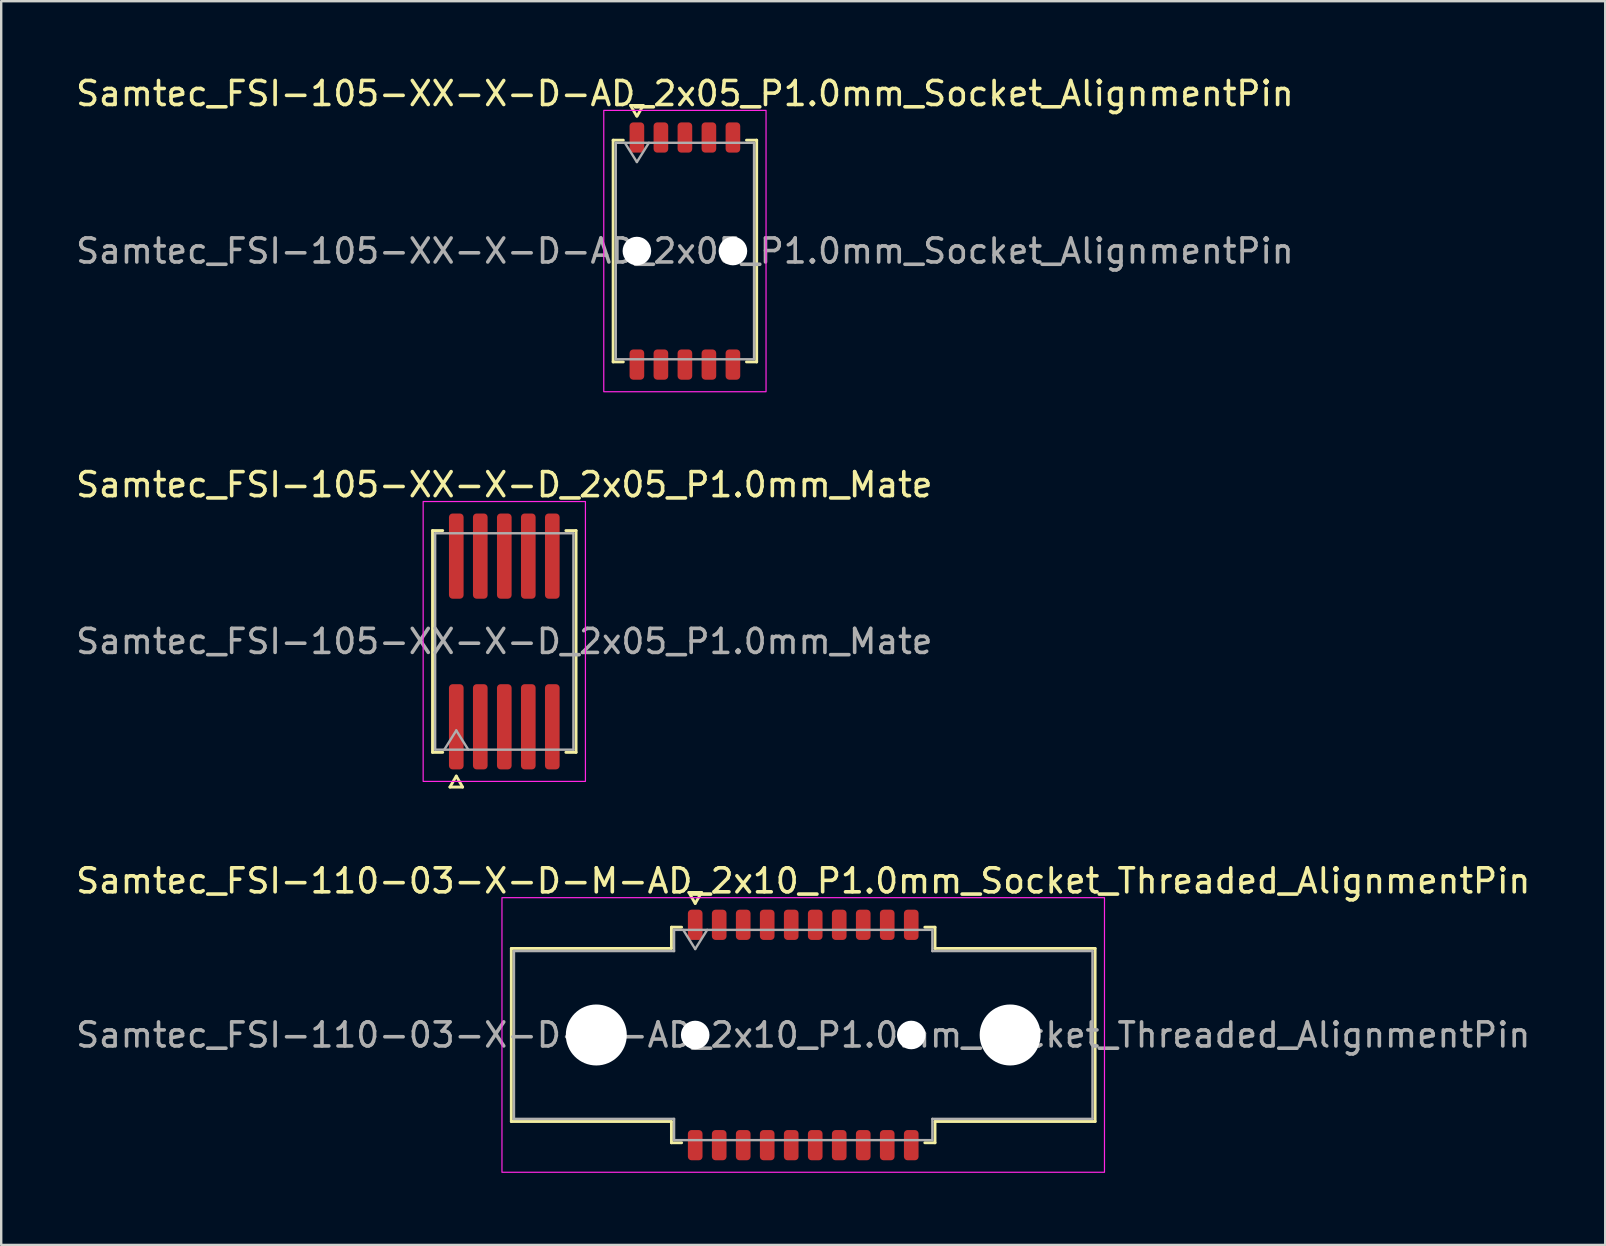
<source format=kicad_pcb>
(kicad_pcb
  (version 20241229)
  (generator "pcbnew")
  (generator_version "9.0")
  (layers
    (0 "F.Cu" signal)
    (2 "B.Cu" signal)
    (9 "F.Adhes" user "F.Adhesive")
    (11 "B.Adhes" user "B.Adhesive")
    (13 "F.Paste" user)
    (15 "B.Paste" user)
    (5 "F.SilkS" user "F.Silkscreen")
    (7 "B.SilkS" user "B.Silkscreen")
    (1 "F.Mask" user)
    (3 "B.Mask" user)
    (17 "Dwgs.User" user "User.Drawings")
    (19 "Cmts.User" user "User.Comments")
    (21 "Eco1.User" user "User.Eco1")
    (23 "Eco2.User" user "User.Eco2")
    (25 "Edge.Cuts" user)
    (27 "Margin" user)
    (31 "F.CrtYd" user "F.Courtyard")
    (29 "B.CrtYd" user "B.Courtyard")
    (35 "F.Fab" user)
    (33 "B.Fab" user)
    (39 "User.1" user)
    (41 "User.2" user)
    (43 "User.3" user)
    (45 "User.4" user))
  (footprint "Samtec_FSI-110-03-X-D-M-AD_2x10_P1.0mm_Socket_Threaded_AlignmentPin"
    (layer "F.Cu")
    (at 30.411 40.066)
    (property "Reference" "Samtec_FSI-110-03-X-D-M-AD_2x10_P1.0mm_Socket_Threaded_AlignmentPin" (at 0 -6.42 0) (layer "F.SilkS") (effects (font (size 1 1) (thickness 0.15))))
    (attr smd)
    (fp_line (start -12.16 -3.605) (end -5.49 -3.605) (stroke (width 0.12) (type solid)) (layer "F.SilkS"))
    (fp_line (start -12.16 3.605) (end -12.16 -3.605) (stroke (width 0.12) (type solid)) (layer "F.SilkS"))
    (fp_line (start -5.49 -4.49) (end -5.065 -4.49) (stroke (width 0.12) (type solid)) (layer "F.SilkS"))
    (fp_line (start -5.49 -3.605) (end -5.49 -4.49) (stroke (width 0.12) (type solid)) (layer "F.SilkS"))
    (fp_line (start -5.49 3.605) (end -12.16 3.605) (stroke (width 0.12) (type solid)) (layer "F.SilkS"))
    (fp_line (start -5.49 4.49) (end -5.49 3.605) (stroke (width 0.12) (type solid)) (layer "F.SilkS"))
    (fp_line (start -5.065 4.49) (end -5.49 4.49) (stroke (width 0.12) (type solid)) (layer "F.SilkS"))
    (fp_line (start -4.764 -5.938) (end -4.5 -5.48) (stroke (width 0.12) (type solid)) (layer "F.SilkS"))
    (fp_line (start -4.5 -5.48) (end -4.236 -5.938) (stroke (width 0.12) (type solid)) (layer "F.SilkS"))
    (fp_line (start -4.236 -5.938) (end -4.764 -5.938) (stroke (width 0.12) (type solid)) (layer "F.SilkS"))
    (fp_line (start 5.065 -4.49) (end 5.49 -4.49) (stroke (width 0.12) (type solid)) (layer "F.SilkS"))
    (fp_line (start 5.49 -4.49) (end 5.49 -3.605) (stroke (width 0.12) (type solid)) (layer "F.SilkS"))
    (fp_line (start 5.49 -3.605) (end 12.16 -3.605) (stroke (width 0.12) (type solid)) (layer "F.SilkS"))
    (fp_line (start 5.49 3.605) (end 5.49 4.49) (stroke (width 0.12) (type solid)) (layer "F.SilkS"))
    (fp_line (start 5.49 4.49) (end 5.065 4.49) (stroke (width 0.12) (type solid)) (layer "F.SilkS"))
    (fp_line (start 12.16 -3.605) (end 12.16 3.605) (stroke (width 0.12) (type solid)) (layer "F.SilkS"))
    (fp_line (start 12.16 3.605) (end 5.49 3.605) (stroke (width 0.12) (type solid)) (layer "F.SilkS"))
    (fp_rect (start -12.55 -5.72) (end 12.55 5.72) (stroke (width 0.05) (type solid)) (fill no) (layer "F.CrtYd"))
    (fp_line (start -12.05 -3.495) (end -5.38 -3.495) (stroke (width 0.1) (type solid)) (layer "F.Fab"))
    (fp_line (start -12.05 3.495) (end -12.05 -3.495) (stroke (width 0.1) (type solid)) (layer "F.Fab"))
    (fp_line (start -5.38 -4.38) (end 5.38 -4.38) (stroke (width 0.1) (type solid)) (layer "F.Fab"))
    (fp_line (start -5.38 -3.495) (end -5.38 -4.38) (stroke (width 0.1) (type solid)) (layer "F.Fab"))
    (fp_line (start -5.38 3.495) (end -12.05 3.495) (stroke (width 0.1) (type solid)) (layer "F.Fab"))
    (fp_line (start -5.38 4.38) (end -5.38 3.495) (stroke (width 0.1) (type solid)) (layer "F.Fab"))
    (fp_line (start -5 -4.38) (end -4.5 -3.58) (stroke (width 0.1) (type solid)) (layer "F.Fab"))
    (fp_line (start -4.5 -3.58) (end -4 -4.38) (stroke (width 0.1) (type solid)) (layer "F.Fab"))
    (fp_line (start 5.38 -4.38) (end 5.38 -3.495) (stroke (width 0.1) (type solid)) (layer "F.Fab"))
    (fp_line (start 5.38 -3.495) (end 12.05 -3.495) (stroke (width 0.1) (type solid)) (layer "F.Fab"))
    (fp_line (start 5.38 3.495) (end 5.38 4.38) (stroke (width 0.1) (type solid)) (layer "F.Fab"))
    (fp_line (start 5.38 4.38) (end -5.38 4.38) (stroke (width 0.1) (type solid)) (layer "F.Fab"))
    (fp_line (start 12.05 -3.495) (end 12.05 3.495) (stroke (width 0.1) (type solid)) (layer "F.Fab"))
    (fp_line (start 12.05 3.495) (end 5.38 3.495) (stroke (width 0.1) (type solid)) (layer "F.Fab"))
    (fp_text user "${REFERENCE}" (at 0 0 0) (layer "F.Fab") (effects (font (size 1 1) (thickness 0.15))))
    (pad "" np_thru_hole circle (at -8.62 0) (size 2.54 2.54) (drill 2.54) (layers "*.Cu" "*.Mask"))
    (pad "" np_thru_hole circle (at -4.5 0) (size 1.19 1.19) (drill 1.19) (layers "*.Cu" "*.Mask"))
    (pad "" np_thru_hole circle (at 4.5 0) (size 1.19 1.19) (drill 1.19) (layers "*.Cu" "*.Mask"))
    (pad "" np_thru_hole circle (at 8.62 0) (size 2.54 2.54) (drill 2.54) (layers "*.Cu" "*.Mask"))
    (pad "1" smd roundrect (at -4.5 -4.59) (size 0.61 1.26) (layers "F.Cu" "F.Mask" "F.Paste") (roundrect_rratio 0.25))
    (pad "2" smd roundrect (at -4.5 4.59) (size 0.61 1.26) (layers "F.Cu" "F.Mask" "F.Paste") (roundrect_rratio 0.25))
    (pad "3" smd roundrect (at -3.5 -4.59) (size 0.61 1.26) (layers "F.Cu" "F.Mask" "F.Paste") (roundrect_rratio 0.25))
    (pad "4" smd roundrect (at -3.5 4.59) (size 0.61 1.26) (layers "F.Cu" "F.Mask" "F.Paste") (roundrect_rratio 0.25))
    (pad "5" smd roundrect (at -2.5 -4.59) (size 0.61 1.26) (layers "F.Cu" "F.Mask" "F.Paste") (roundrect_rratio 0.25))
    (pad "6" smd roundrect (at -2.5 4.59) (size 0.61 1.26) (layers "F.Cu" "F.Mask" "F.Paste") (roundrect_rratio 0.25))
    (pad "7" smd roundrect (at -1.5 -4.59) (size 0.61 1.26) (layers "F.Cu" "F.Mask" "F.Paste") (roundrect_rratio 0.25))
    (pad "8" smd roundrect (at -1.5 4.59) (size 0.61 1.26) (layers "F.Cu" "F.Mask" "F.Paste") (roundrect_rratio 0.25))
    (pad "9" smd roundrect (at -0.5 -4.59) (size 0.61 1.26) (layers "F.Cu" "F.Mask" "F.Paste") (roundrect_rratio 0.25))
    (pad "10" smd roundrect (at -0.5 4.59) (size 0.61 1.26) (layers "F.Cu" "F.Mask" "F.Paste") (roundrect_rratio 0.25))
    (pad "11" smd roundrect (at 0.5 -4.59) (size 0.61 1.26) (layers "F.Cu" "F.Mask" "F.Paste") (roundrect_rratio 0.25))
    (pad "12" smd roundrect (at 0.5 4.59) (size 0.61 1.26) (layers "F.Cu" "F.Mask" "F.Paste") (roundrect_rratio 0.25))
    (pad "13" smd roundrect (at 1.5 -4.59) (size 0.61 1.26) (layers "F.Cu" "F.Mask" "F.Paste") (roundrect_rratio 0.25))
    (pad "14" smd roundrect (at 1.5 4.59) (size 0.61 1.26) (layers "F.Cu" "F.Mask" "F.Paste") (roundrect_rratio 0.25))
    (pad "15" smd roundrect (at 2.5 -4.59) (size 0.61 1.26) (layers "F.Cu" "F.Mask" "F.Paste") (roundrect_rratio 0.25))
    (pad "16" smd roundrect (at 2.5 4.59) (size 0.61 1.26) (layers "F.Cu" "F.Mask" "F.Paste") (roundrect_rratio 0.25))
    (pad "17" smd roundrect (at 3.5 -4.59) (size 0.61 1.26) (layers "F.Cu" "F.Mask" "F.Paste") (roundrect_rratio 0.25))
    (pad "18" smd roundrect (at 3.5 4.59) (size 0.61 1.26) (layers "F.Cu" "F.Mask" "F.Paste") (roundrect_rratio 0.25))
    (pad "19" smd roundrect (at 4.5 -4.59) (size 0.61 1.26) (layers "F.Cu" "F.Mask" "F.Paste") (roundrect_rratio 0.25))
    (pad "20" smd roundrect (at 4.5 4.59) (size 0.61 1.26) (layers "F.Cu" "F.Mask" "F.Paste") (roundrect_rratio 0.25)))
  (footprint "Samtec_FSI-105-XX-X-D_2x05_P1.0mm_Mate"
    (layer "F.Cu")
    (at 17.958 23.672)
    (property "Reference" "Samtec_FSI-105-XX-X-D_2x05_P1.0mm_Mate" (at 0 -6.53 0) (layer "F.SilkS") (effects (font (size 1 1) (thickness 0.15))))
    (attr exclude_from_pos_files exclude_from_bom)
    (fp_line (start -2.99 -4.619) (end -2.565 -4.619) (stroke (width 0.12) (type solid)) (layer "F.SilkS"))
    (fp_line (start -2.99 4.619) (end -2.99 -4.619) (stroke (width 0.12) (type solid)) (layer "F.SilkS"))
    (fp_line (start -2.565 4.619) (end -2.99 4.619) (stroke (width 0.12) (type solid)) (layer "F.SilkS"))
    (fp_line (start -2.264 6.066) (end -2 5.609) (stroke (width 0.12) (type solid)) (layer "F.SilkS"))
    (fp_line (start -2 5.609) (end -1.736 6.066) (stroke (width 0.12) (type solid)) (layer "F.SilkS"))
    (fp_line (start -1.736 6.066) (end -2.264 6.066) (stroke (width 0.12) (type solid)) (layer "F.SilkS"))
    (fp_line (start 2.565 -4.619) (end 2.99 -4.619) (stroke (width 0.12) (type solid)) (layer "F.SilkS"))
    (fp_line (start 2.99 -4.619) (end 2.99 4.619) (stroke (width 0.12) (type solid)) (layer "F.SilkS"))
    (fp_line (start 2.99 4.619) (end 2.565 4.619) (stroke (width 0.12) (type solid)) (layer "F.SilkS"))
    (fp_rect (start -3.38 -5.83) (end 3.38 5.83) (stroke (width 0.05) (type solid)) (fill no) (layer "F.CrtYd"))
    (fp_line (start -2.88 -4.508) (end 2.88 -4.508) (stroke (width 0.1) (type solid)) (layer "F.Fab"))
    (fp_line (start -2.88 4.508) (end -2.88 -4.508) (stroke (width 0.1) (type solid)) (layer "F.Fab"))
    (fp_line (start -2.5 4.508) (end -2 3.708) (stroke (width 0.1) (type solid)) (layer "F.Fab"))
    (fp_line (start -2 3.708) (end -1.5 4.508) (stroke (width 0.1) (type solid)) (layer "F.Fab"))
    (fp_line (start 2.88 -4.508) (end 2.88 4.508) (stroke (width 0.1) (type solid)) (layer "F.Fab"))
    (fp_line (start 2.88 4.508) (end -2.88 4.508) (stroke (width 0.1) (type solid)) (layer "F.Fab"))
    (fp_text user "${REFERENCE}" (at 0 0 0) (layer "F.Fab") (effects (font (size 1 1) (thickness 0.15))))
    (pad "1" smd roundrect (at -2 3.555) (size 0.61 3.55) (layers "F.Cu" "F.Mask") (roundrect_rratio 0.25))
    (pad "2" smd roundrect (at -2 -3.555) (size 0.61 3.55) (layers "F.Cu" "F.Mask") (roundrect_rratio 0.25))
    (pad "3" smd roundrect (at -1 3.555) (size 0.61 3.55) (layers "F.Cu" "F.Mask") (roundrect_rratio 0.25))
    (pad "4" smd roundrect (at -1 -3.555) (size 0.61 3.55) (layers "F.Cu" "F.Mask") (roundrect_rratio 0.25))
    (pad "5" smd roundrect (at 0 3.555) (size 0.61 3.55) (layers "F.Cu" "F.Mask") (roundrect_rratio 0.25))
    (pad "6" smd roundrect (at 0 -3.555) (size 0.61 3.55) (layers "F.Cu" "F.Mask") (roundrect_rratio 0.25))
    (pad "7" smd roundrect (at 1 3.555) (size 0.61 3.55) (layers "F.Cu" "F.Mask") (roundrect_rratio 0.25))
    (pad "8" smd roundrect (at 1 -3.555) (size 0.61 3.55) (layers "F.Cu" "F.Mask") (roundrect_rratio 0.25))
    (pad "9" smd roundrect (at 2 3.555) (size 0.61 3.55) (layers "F.Cu" "F.Mask") (roundrect_rratio 0.25))
    (pad "10" smd roundrect (at 2 -3.555) (size 0.61 3.55) (layers "F.Cu" "F.Mask") (roundrect_rratio 0.25)))
  (footprint "Samtec_FSI-105-XX-X-D-AD_2x05_P1.0mm_Socket_AlignmentPin"
    (layer "F.Cu")
    (at 25.482 7.408)
    (property "Reference" "Samtec_FSI-105-XX-X-D-AD_2x05_P1.0mm_Socket_AlignmentPin" (at 0 -6.56 0) (layer "F.SilkS") (effects (font (size 1 1) (thickness 0.15))))
    (attr smd)
    (fp_line (start -2.99 -4.619) (end -2.565 -4.619) (stroke (width 0.12) (type solid)) (layer "F.SilkS"))
    (fp_line (start -2.99 4.619) (end -2.99 -4.619) (stroke (width 0.12) (type solid)) (layer "F.SilkS"))
    (fp_line (start -2.565 4.619) (end -2.99 4.619) (stroke (width 0.12) (type solid)) (layer "F.SilkS"))
    (fp_line (start -2.264 -6.066) (end -2.007 -5.62) (stroke (width 0.12) (type solid)) (layer "F.SilkS"))
    (fp_line (start -1.993 -5.62) (end -1.736 -6.066) (stroke (width 0.12) (type solid)) (layer "F.SilkS"))
    (fp_line (start -1.736 -6.066) (end -2.264 -6.066) (stroke (width 0.12) (type solid)) (layer "F.SilkS"))
    (fp_line (start 2.565 -4.619) (end 2.99 -4.619) (stroke (width 0.12) (type solid)) (layer "F.SilkS"))
    (fp_line (start 2.99 -4.619) (end 2.99 4.619) (stroke (width 0.12) (type solid)) (layer "F.SilkS"))
    (fp_line (start 2.99 4.619) (end 2.565 4.619) (stroke (width 0.12) (type solid)) (layer "F.SilkS"))
    (fp_rect (start -3.38 -5.86) (end 3.38 5.86) (stroke (width 0.05) (type solid)) (fill no) (layer "F.CrtYd"))
    (fp_line (start -2.88 -4.508) (end 2.88 -4.508) (stroke (width 0.1) (type solid)) (layer "F.Fab"))
    (fp_line (start -2.88 4.508) (end -2.88 -4.508) (stroke (width 0.1) (type solid)) (layer "F.Fab"))
    (fp_line (start -2.5 -4.508) (end -2 -3.708) (stroke (width 0.1) (type solid)) (layer "F.Fab"))
    (fp_line (start -2 -3.708) (end -1.5 -4.508) (stroke (width 0.1) (type solid)) (layer "F.Fab"))
    (fp_line (start 2.88 -4.508) (end 2.88 4.508) (stroke (width 0.1) (type solid)) (layer "F.Fab"))
    (fp_line (start 2.88 4.508) (end -2.88 4.508) (stroke (width 0.1) (type solid)) (layer "F.Fab"))
    (fp_text user "${REFERENCE}" (at 0 0 0) (layer "F.Fab") (effects (font (size 1 1) (thickness 0.15))))
    (pad "" np_thru_hole circle (at -2 0) (size 1.19 1.19) (drill 1.19) (layers "*.Cu" "*.Mask"))
    (pad "" np_thru_hole circle (at 2 0) (size 1.19 1.19) (drill 1.19) (layers "*.Cu" "*.Mask"))
    (pad "1" smd roundrect (at -2 -4.73) (size 0.61 1.26) (layers "F.Cu" "F.Mask" "F.Paste") (roundrect_rratio 0.25))
    (pad "2" smd roundrect (at -2 4.73) (size 0.61 1.26) (layers "F.Cu" "F.Mask" "F.Paste") (roundrect_rratio 0.25))
    (pad "3" smd roundrect (at -1 -4.73) (size 0.61 1.26) (layers "F.Cu" "F.Mask" "F.Paste") (roundrect_rratio 0.25))
    (pad "4" smd roundrect (at -1 4.73) (size 0.61 1.26) (layers "F.Cu" "F.Mask" "F.Paste") (roundrect_rratio 0.25))
    (pad "5" smd roundrect (at 0 -4.73) (size 0.61 1.26) (layers "F.Cu" "F.Mask" "F.Paste") (roundrect_rratio 0.25))
    (pad "6" smd roundrect (at 0 4.73) (size 0.61 1.26) (layers "F.Cu" "F.Mask" "F.Paste") (roundrect_rratio 0.25))
    (pad "7" smd roundrect (at 1 -4.73) (size 0.61 1.26) (layers "F.Cu" "F.Mask" "F.Paste") (roundrect_rratio 0.25))
    (pad "8" smd roundrect (at 1 4.73) (size 0.61 1.26) (layers "F.Cu" "F.Mask" "F.Paste") (roundrect_rratio 0.25))
    (pad "9" smd roundrect (at 2 -4.73) (size 0.61 1.26) (layers "F.Cu" "F.Mask" "F.Paste") (roundrect_rratio 0.25))
    (pad "10" smd roundrect (at 2 4.73) (size 0.61 1.26) (layers "F.Cu" "F.Mask" "F.Paste") (roundrect_rratio 0.25)))
  (gr_rect
    (start -3 -3)
    (end 63.821 48.811)
    (stroke (width 0.1) (type default))
    (fill no)
    (layer "Edge.Cuts")))
</source>
